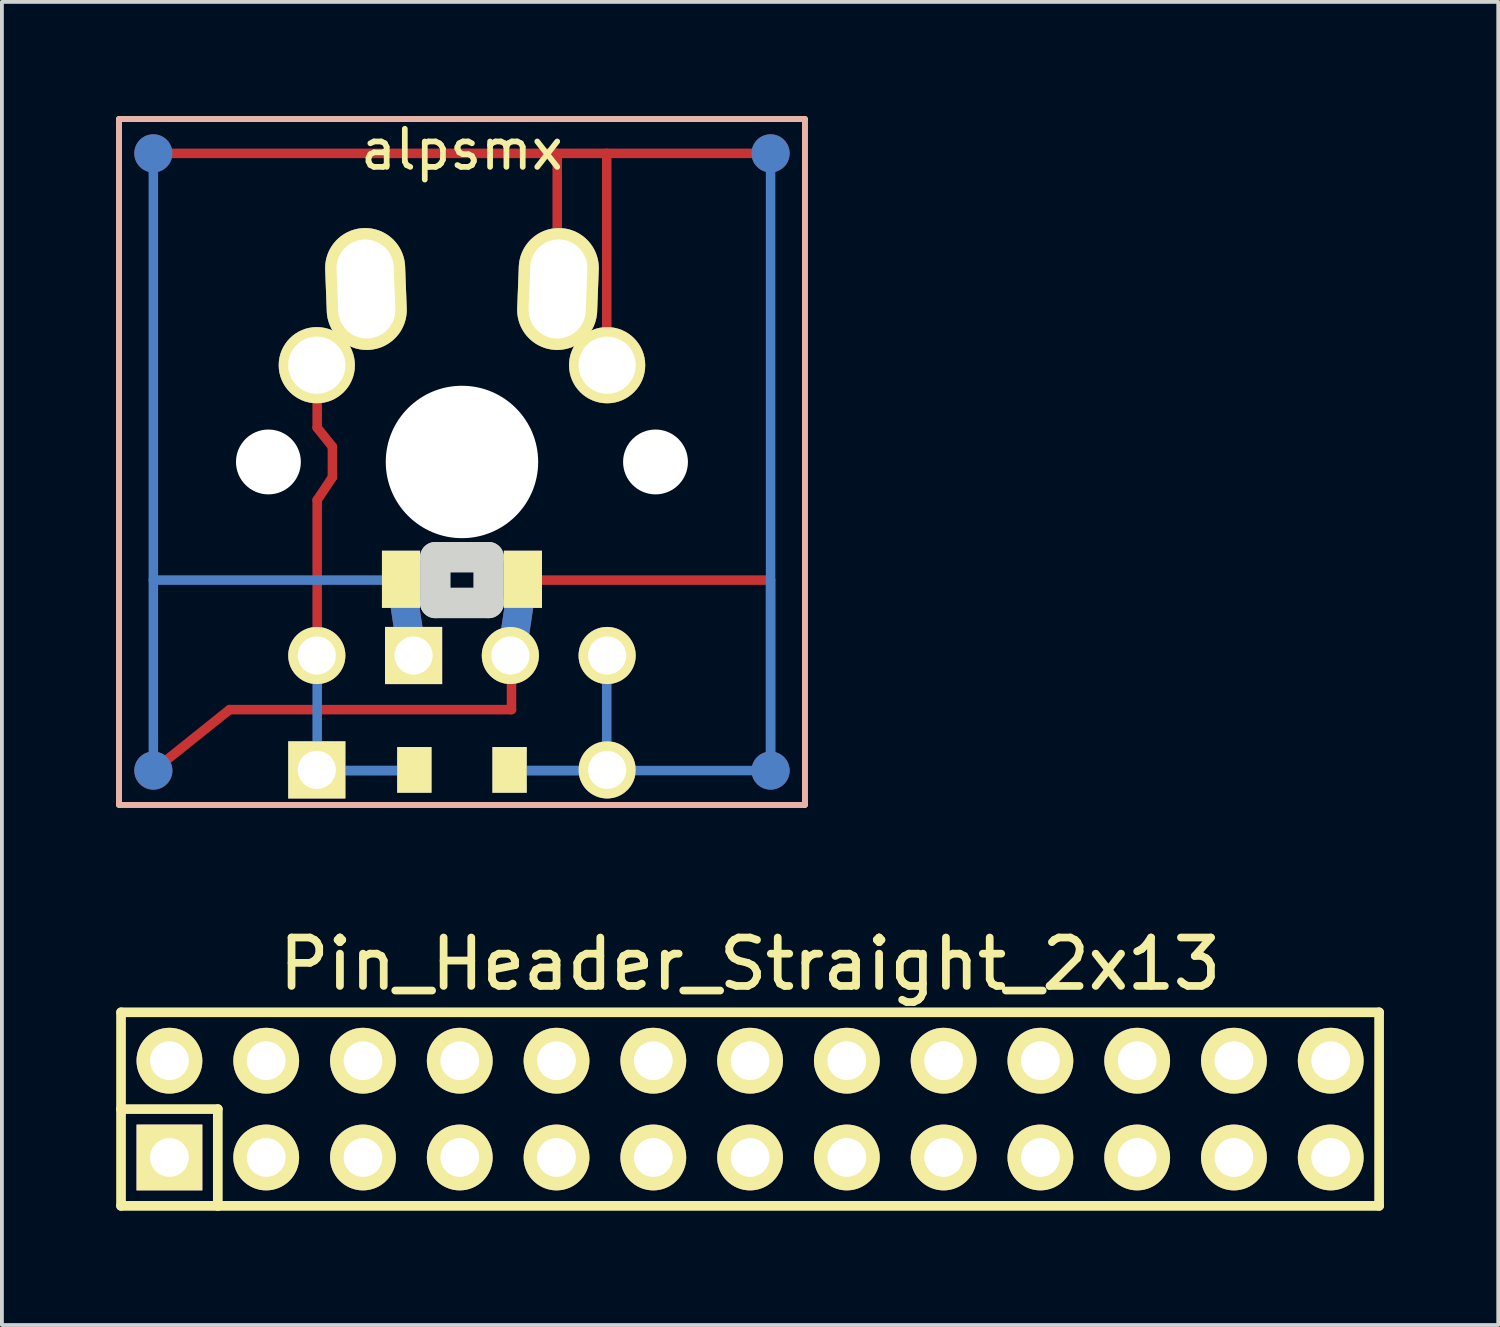
<source format=kicad_pcb>
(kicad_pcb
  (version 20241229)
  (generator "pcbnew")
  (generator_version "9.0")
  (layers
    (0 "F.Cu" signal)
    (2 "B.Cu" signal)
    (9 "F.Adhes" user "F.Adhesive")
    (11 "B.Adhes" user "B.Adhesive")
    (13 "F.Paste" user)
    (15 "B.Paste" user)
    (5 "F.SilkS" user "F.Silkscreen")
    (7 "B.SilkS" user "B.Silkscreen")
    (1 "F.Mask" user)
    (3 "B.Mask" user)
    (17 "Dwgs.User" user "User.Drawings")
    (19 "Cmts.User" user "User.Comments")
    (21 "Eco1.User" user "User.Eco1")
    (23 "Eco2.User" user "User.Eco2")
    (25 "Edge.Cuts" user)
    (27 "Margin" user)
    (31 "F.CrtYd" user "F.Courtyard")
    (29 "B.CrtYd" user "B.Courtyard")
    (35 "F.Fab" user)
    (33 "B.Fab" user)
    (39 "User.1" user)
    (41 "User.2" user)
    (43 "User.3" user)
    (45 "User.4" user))
  (footprint "alpsmx"
    (layer "F.Cu")
    (at 9.075 9.075)
    (property "Reference" "alpsmx" (at 0 -8.2 0) (layer "F.SilkS") (effects (font (size 1 1) (thickness 0.15))))
    (attr through_hole)
    (fp_line (start -8.1 -8.1) (end 8.1 -8.1) (stroke (width 0.25) (type solid)) (layer "F.Cu"))
    (fp_line (start -8.1 8.1) (end -6.1 6.5) (stroke (width 0.25) (type solid)) (layer "F.Cu"))
    (fp_line (start -6.1 6.5) (end 1.3 6.5) (stroke (width 0.25) (type solid)) (layer "F.Cu"))
    (fp_line (start -3.8 -0.9) (end -3.8 -2.5) (stroke (width 0.25) (type solid)) (layer "F.Cu"))
    (fp_line (start -3.8 1) (end -3.4 0.4) (stroke (width 0.25) (type solid)) (layer "F.Cu"))
    (fp_line (start -3.8 5.1) (end -3.8 1) (stroke (width 0.25) (type solid)) (layer "F.Cu"))
    (fp_line (start -3.8 8.1) (end -1.3 8.1) (stroke (width 0.25) (type solid)) (layer "F.Cu"))
    (fp_line (start -3.4 -0.4) (end -3.8 -0.9) (stroke (width 0.25) (type solid)) (layer "F.Cu"))
    (fp_line (start -3.4 0.4) (end -3.4 -0.4) (stroke (width 0.25) (type solid)) (layer "F.Cu"))
    (fp_line (start -1.3 5.1) (end -1.6 3.1) (stroke (width 0.75) (type solid)) (layer "F.Cu"))
    (fp_line (start 1.3 5.1) (end 1.6 3.1) (stroke (width 0.75) (type solid)) (layer "F.Cu"))
    (fp_line (start 1.3 6.5) (end 1.3 5.1) (stroke (width 0.25) (type solid)) (layer "F.Cu"))
    (fp_line (start 1.6 3.1) (end 8.1 3.1) (stroke (width 0.25) (type solid)) (layer "F.Cu"))
    (fp_line (start 2.5 -4.6) (end 2.5 -8.1) (stroke (width 0.25) (type solid)) (layer "F.Cu"))
    (fp_line (start 3.8 -2.5) (end 3.8 -8.1) (stroke (width 0.25) (type solid)) (layer "F.Cu"))
    (fp_line (start 3.8 8.1) (end 1.3 8.1) (stroke (width 0.25) (type solid)) (layer "F.Cu"))
    (fp_line (start 8.1 3.1) (end 8.1 8.1) (stroke (width 0.25) (type solid)) (layer "F.Cu"))
    (fp_line (start -8.1 8.1) (end -8.1 -8.1) (stroke (width 0.25) (type solid)) (layer "B.Cu"))
    (fp_line (start -3.8 8.1) (end -3.8 5.1) (stroke (width 0.25) (type solid)) (layer "B.Cu"))
    (fp_line (start -3.8 8.1) (end -1.3 8.1) (stroke (width 0.25) (type solid)) (layer "B.Cu"))
    (fp_line (start -1.6 3.1) (end -8.1 3.1) (stroke (width 0.25) (type solid)) (layer "B.Cu"))
    (fp_line (start -1.6 3.1) (end -1.3 5.1) (stroke (width 0.75) (type solid)) (layer "B.Cu"))
    (fp_line (start 1.6 3.1) (end 1.3 5.1) (stroke (width 0.75) (type solid)) (layer "B.Cu"))
    (fp_line (start 3.8 8.1) (end 1.3 8.1) (stroke (width 0.25) (type solid)) (layer "B.Cu"))
    (fp_line (start 3.8 8.1) (end 3.8 5.1) (stroke (width 0.25) (type solid)) (layer "B.Cu"))
    (fp_line (start 3.8 8.1) (end 8.1 8.1) (stroke (width 0.25) (type solid)) (layer "B.Cu"))
    (fp_line (start 8.1 8.1) (end 8.1 -8.1) (stroke (width 0.25) (type solid)) (layer "B.Cu"))
    (fp_line (start -9 -9) (end 9 -9) (stroke (width 0.15) (type solid)) (layer "F.SilkS"))
    (fp_line (start -9 9) (end -9 -9) (stroke (width 0.15) (type solid)) (layer "F.SilkS"))
    (fp_line (start 9 -9) (end 9 9) (stroke (width 0.15) (type solid)) (layer "F.SilkS"))
    (fp_line (start 9 9) (end -9 9) (stroke (width 0.15) (type solid)) (layer "F.SilkS"))
    (fp_line (start -9 -9) (end 9 -9) (stroke (width 0.15) (type solid)) (layer "B.SilkS"))
    (fp_line (start -9 9) (end -9 -9) (stroke (width 0.15) (type solid)) (layer "B.SilkS"))
    (fp_line (start 9 -9) (end 9 9) (stroke (width 0.15) (type solid)) (layer "B.SilkS"))
    (fp_line (start 9 9) (end -9 9) (stroke (width 0.15) (type solid)) (layer "B.SilkS"))
    (fp_line (start -7.75 -6.4) (end 7.75 -6.4) (stroke (width 0.15) (type solid)) (layer "Eco1.User"))
    (fp_line (start -7.75 6.4) (end -7.75 -6.4) (stroke (width 0.15) (type solid)) (layer "Eco1.User"))
    (fp_line (start 7.75 -6.4) (end 7.75 6.4) (stroke (width 0.15) (type solid)) (layer "Eco1.User"))
    (fp_line (start 7.75 6.4) (end -7.75 6.4) (stroke (width 0.15) (type solid)) (layer "Eco1.User"))
    (fp_line (start -8 -6) (end -8 -3) (stroke (width 0.15) (type solid)) (layer "Eco2.User"))
    (fp_line (start -8 -6) (end -7 -6) (stroke (width 0.15) (type solid)) (layer "Eco2.User"))
    (fp_line (start -8 -3) (end -7 -3) (stroke (width 0.15) (type solid)) (layer "Eco2.User"))
    (fp_line (start -8 3) (end -7 3) (stroke (width 0.15) (type solid)) (layer "Eco2.User"))
    (fp_line (start -8 6) (end -8 3) (stroke (width 0.15) (type solid)) (layer "Eco2.User"))
    (fp_line (start -8 6) (end -7 6) (stroke (width 0.15) (type solid)) (layer "Eco2.User"))
    (fp_line (start -7 -7) (end -7 -6) (stroke (width 0.15) (type solid)) (layer "Eco2.User"))
    (fp_line (start -7 -7) (end 7 -7) (stroke (width 0.15) (type solid)) (layer "Eco2.User"))
    (fp_line (start -7 -3) (end -7 3) (stroke (width 0.15) (type solid)) (layer "Eco2.User"))
    (fp_line (start -7 7) (end -7 6) (stroke (width 0.15) (type solid)) (layer "Eco2.User"))
    (fp_line (start 7 -7) (end 7 -6) (stroke (width 0.15) (type solid)) (layer "Eco2.User"))
    (fp_line (start 7 -6) (end 8 -6) (stroke (width 0.15) (type solid)) (layer "Eco2.User"))
    (fp_line (start 7 -3) (end 7 3) (stroke (width 0.15) (type solid)) (layer "Eco2.User"))
    (fp_line (start 7 -3) (end 8 -3) (stroke (width 0.15) (type solid)) (layer "Eco2.User"))
    (fp_line (start 7 3) (end 8 3) (stroke (width 0.15) (type solid)) (layer "Eco2.User"))
    (fp_line (start 7 6) (end 8 6) (stroke (width 0.15) (type solid)) (layer "Eco2.User"))
    (fp_line (start 7 7) (end -7 7) (stroke (width 0.15) (type solid)) (layer "Eco2.User"))
    (fp_line (start 7 7) (end 7 6) (stroke (width 0.15) (type solid)) (layer "Eco2.User"))
    (fp_line (start 8 -6) (end 8 -3) (stroke (width 0.15) (type solid)) (layer "Eco2.User"))
    (fp_line (start 8 6) (end 8 3) (stroke (width 0.15) (type solid)) (layer "Eco2.User"))
    (fp_line (start -0.7 2.5) (end 0.7 2.5) (stroke (width 0.8) (type solid)) (layer "Edge.Cuts"))
    (fp_line (start -0.7 3.7) (end -0.7 2.5) (stroke (width 0.8) (type solid)) (layer "Edge.Cuts"))
    (fp_line (start 0.7 2.5) (end 0.7 3.7) (stroke (width 0.8) (type solid)) (layer "Edge.Cuts"))
    (fp_line (start 0.7 3.7) (end -0.7 3.7) (stroke (width 0.8) (type solid)) (layer "Edge.Cuts"))
    (pad "" smd circle (at -8.1 -8.1) (size 1 1) (layers "F.Cu" "F.Mask" "F.Paste"))
    (pad "" smd circle (at -8.1 -8.1) (size 1 1) (layers "F.Mask" "B.Cu" "F.Paste"))
    (pad "" smd circle (at -8.1 8.1) (size 1 1) (layers "F.Cu" "F.Mask" "F.Paste"))
    (pad "" smd circle (at -8.1 8.1) (size 1 1) (layers "F.Mask" "B.Cu" "F.Paste"))
    (pad "" np_thru_hole circle (at -5.08 0) (size 1.702 1.702) (drill 1.702) (layers "*.Cu"))
    (pad "" thru_hole circle (at -3.81 -2.54) (size 2 2) (drill 1.5) (layers "*.Cu" "*.Mask" "F.SilkS"))
    (pad "" thru_hole circle (at -3.81 5.08) (size 1.5 1.5) (drill 1) (layers "*.Cu" "*.Mask" "F.SilkS"))
    (pad "" thru_hole rect (at -3.81 8.082) (size 1.5 1.5) (drill 1) (layers "*.Cu" "*.Mask" "F.SilkS"))
    (pad "" thru_hole oval (at -2.52 -4.54 2.2) (size 2.1 3.2) (drill oval 1.5 2.6) (layers "*.Cu" "*.Mask" "F.SilkS"))
    (pad "" smd rect (at -1.6 3.08) (size 1 1.5) (layers "*.Cu" "*.Mask" "F.SilkS"))
    (pad "" thru_hole rect (at -1.27 5.08) (size 1.5 1.5) (drill 1) (layers "*.Cu" "*.Mask" "F.SilkS"))
    (pad "" smd rect (at -1.25 8.082) (size 0.9 1.2) (layers "*.Cu" "*.Mask" "F.SilkS"))
    (pad "" np_thru_hole circle (at 0 0) (size 4 4) (drill 4) (layers "*.Cu"))
    (pad "" smd rect (at 1.25 8.082) (size 0.9 1.2) (layers "*.Cu" "*.Mask" "F.SilkS"))
    (pad "" thru_hole circle (at 1.27 5.08) (size 1.5 1.5) (drill 1) (layers "*.Cu" "*.Mask" "F.SilkS"))
    (pad "" smd rect (at 1.6 3.08) (size 1 1.5) (layers "*.Cu" "*.Mask" "F.SilkS"))
    (pad "" thru_hole oval (at 2.52 -4.54 357.8) (size 2.1 3.2) (drill oval 1.5 2.6) (layers "*.Cu" "*.Mask" "F.SilkS"))
    (pad "" thru_hole circle (at 3.81 -2.54) (size 2 2) (drill 1.5) (layers "*.Cu" "*.Mask" "F.SilkS"))
    (pad "" thru_hole circle (at 3.81 5.08) (size 1.5 1.5) (drill 1) (layers "*.Cu" "*.Mask" "F.SilkS"))
    (pad "" thru_hole circle (at 3.81 8.082) (size 1.5 1.5) (drill 1) (layers "*.Cu" "*.Mask" "F.SilkS"))
    (pad "" np_thru_hole circle (at 5.08 0) (size 1.702 1.702) (drill 1.702) (layers "*.Cu"))
    (pad "" smd circle (at 8.1 -8.1) (size 1 1) (layers "F.Cu" "F.Mask" "F.Paste"))
    (pad "" smd circle (at 8.1 -8.1) (size 1 1) (layers "F.Mask" "B.Cu" "F.Paste"))
    (pad "" smd circle (at 8.1 8.1) (size 1 1) (layers "F.Cu" "F.Mask" "F.Paste"))
    (pad "" smd circle (at 8.1 8.1) (size 1 1) (layers "F.Mask" "B.Cu" "F.Paste")))
  (footprint "Pin_Header_Straight_2x13"
    (layer "F.Cu")
    (at 16.637 26.06)
    (property "Reference" "Pin_Header_Straight_2x13" (at 0 -3.81 0) (layer "F.SilkS") (effects (font (size 1.27 1.27) (thickness 0.203))))
    (attr through_hole)
    (fp_line (start -16.51 -2.54) (end -16.51 0) (stroke (width 0.254) (type solid)) (layer "F.SilkS"))
    (fp_line (start -16.51 -2.54) (end 16.51 -2.54) (stroke (width 0.254) (type solid)) (layer "F.SilkS"))
    (fp_line (start -16.51 0) (end -13.97 0) (stroke (width 0.254) (type solid)) (layer "F.SilkS"))
    (fp_line (start -16.51 2.54) (end -16.51 0) (stroke (width 0.254) (type solid)) (layer "F.SilkS"))
    (fp_line (start -16.51 2.54) (end -13.97 2.54) (stroke (width 0.254) (type solid)) (layer "F.SilkS"))
    (fp_line (start -13.97 0) (end -13.97 2.54) (stroke (width 0.254) (type solid)) (layer "F.SilkS"))
    (fp_line (start -13.97 2.54) (end 16.51 2.54) (stroke (width 0.254) (type solid)) (layer "F.SilkS"))
    (fp_line (start 16.51 -2.54) (end 16.51 2.54) (stroke (width 0.254) (type solid)) (layer "F.SilkS"))
    (pad "1" thru_hole rect (at -15.24 1.27) (size 1.727 1.727) (drill 1.016) (layers "*.Cu" "*.Mask" "F.SilkS"))
    (pad "2" thru_hole oval (at -15.24 -1.27) (size 1.727 1.727) (drill 1.016) (layers "*.Cu" "*.Mask" "F.SilkS"))
    (pad "3" thru_hole oval (at -12.7 1.27) (size 1.727 1.727) (drill 1.016) (layers "*.Cu" "*.Mask" "F.SilkS"))
    (pad "4" thru_hole oval (at -12.7 -1.27) (size 1.727 1.727) (drill 1.016) (layers "*.Cu" "*.Mask" "F.SilkS"))
    (pad "5" thru_hole oval (at -10.16 1.27) (size 1.727 1.727) (drill 1.016) (layers "*.Cu" "*.Mask" "F.SilkS"))
    (pad "6" thru_hole oval (at -10.16 -1.27) (size 1.727 1.727) (drill 1.016) (layers "*.Cu" "*.Mask" "F.SilkS"))
    (pad "7" thru_hole oval (at -7.62 1.27) (size 1.727 1.727) (drill 1.016) (layers "*.Cu" "*.Mask" "F.SilkS"))
    (pad "8" thru_hole oval (at -7.62 -1.27) (size 1.727 1.727) (drill 1.016) (layers "*.Cu" "*.Mask" "F.SilkS"))
    (pad "9" thru_hole oval (at -5.08 1.27) (size 1.727 1.727) (drill 1.016) (layers "*.Cu" "*.Mask" "F.SilkS"))
    (pad "10" thru_hole oval (at -5.08 -1.27) (size 1.727 1.727) (drill 1.016) (layers "*.Cu" "*.Mask" "F.SilkS"))
    (pad "11" thru_hole oval (at -2.54 1.27) (size 1.727 1.727) (drill 1.016) (layers "*.Cu" "*.Mask" "F.SilkS"))
    (pad "12" thru_hole oval (at -2.54 -1.27) (size 1.727 1.727) (drill 1.016) (layers "*.Cu" "*.Mask" "F.SilkS"))
    (pad "13" thru_hole oval (at 0 1.27) (size 1.727 1.727) (drill 1.016) (layers "*.Cu" "*.Mask" "F.SilkS"))
    (pad "14" thru_hole oval (at 0 -1.27) (size 1.727 1.727) (drill 1.016) (layers "*.Cu" "*.Mask" "F.SilkS"))
    (pad "15" thru_hole oval (at 2.54 1.27) (size 1.727 1.727) (drill 1.016) (layers "*.Cu" "*.Mask" "F.SilkS"))
    (pad "16" thru_hole oval (at 2.54 -1.27) (size 1.727 1.727) (drill 1.016) (layers "*.Cu" "*.Mask" "F.SilkS"))
    (pad "17" thru_hole oval (at 5.08 1.27) (size 1.727 1.727) (drill 1.016) (layers "*.Cu" "*.Mask" "F.SilkS"))
    (pad "18" thru_hole oval (at 5.08 -1.27) (size 1.727 1.727) (drill 1.016) (layers "*.Cu" "*.Mask" "F.SilkS"))
    (pad "19" thru_hole oval (at 7.62 1.27) (size 1.727 1.727) (drill 1.016) (layers "*.Cu" "*.Mask" "F.SilkS"))
    (pad "20" thru_hole oval (at 7.62 -1.27) (size 1.727 1.727) (drill 1.016) (layers "*.Cu" "*.Mask" "F.SilkS"))
    (pad "21" thru_hole oval (at 10.16 1.27) (size 1.727 1.727) (drill 1.016) (layers "*.Cu" "*.Mask" "F.SilkS"))
    (pad "22" thru_hole oval (at 10.16 -1.27) (size 1.727 1.727) (drill 1.016) (layers "*.Cu" "*.Mask" "F.SilkS"))
    (pad "23" thru_hole oval (at 12.7 1.27) (size 1.727 1.727) (drill 1.016) (layers "*.Cu" "*.Mask" "F.SilkS"))
    (pad "24" thru_hole oval (at 12.7 -1.27) (size 1.727 1.727) (drill 1.016) (layers "*.Cu" "*.Mask" "F.SilkS"))
    (pad "25" thru_hole oval (at 15.24 1.27) (size 1.727 1.727) (drill 1.016) (layers "*.Cu" "*.Mask" "F.SilkS"))
    (pad "26" thru_hole oval (at 15.24 -1.27) (size 1.727 1.727) (drill 1.016) (layers "*.Cu" "*.Mask" "F.SilkS")))
  (gr_rect
    (start -3 -3)
    (end 36.274 31.727)
    (stroke (width 0.1) (type default))
    (fill no)
    (layer "Edge.Cuts")))
</source>
